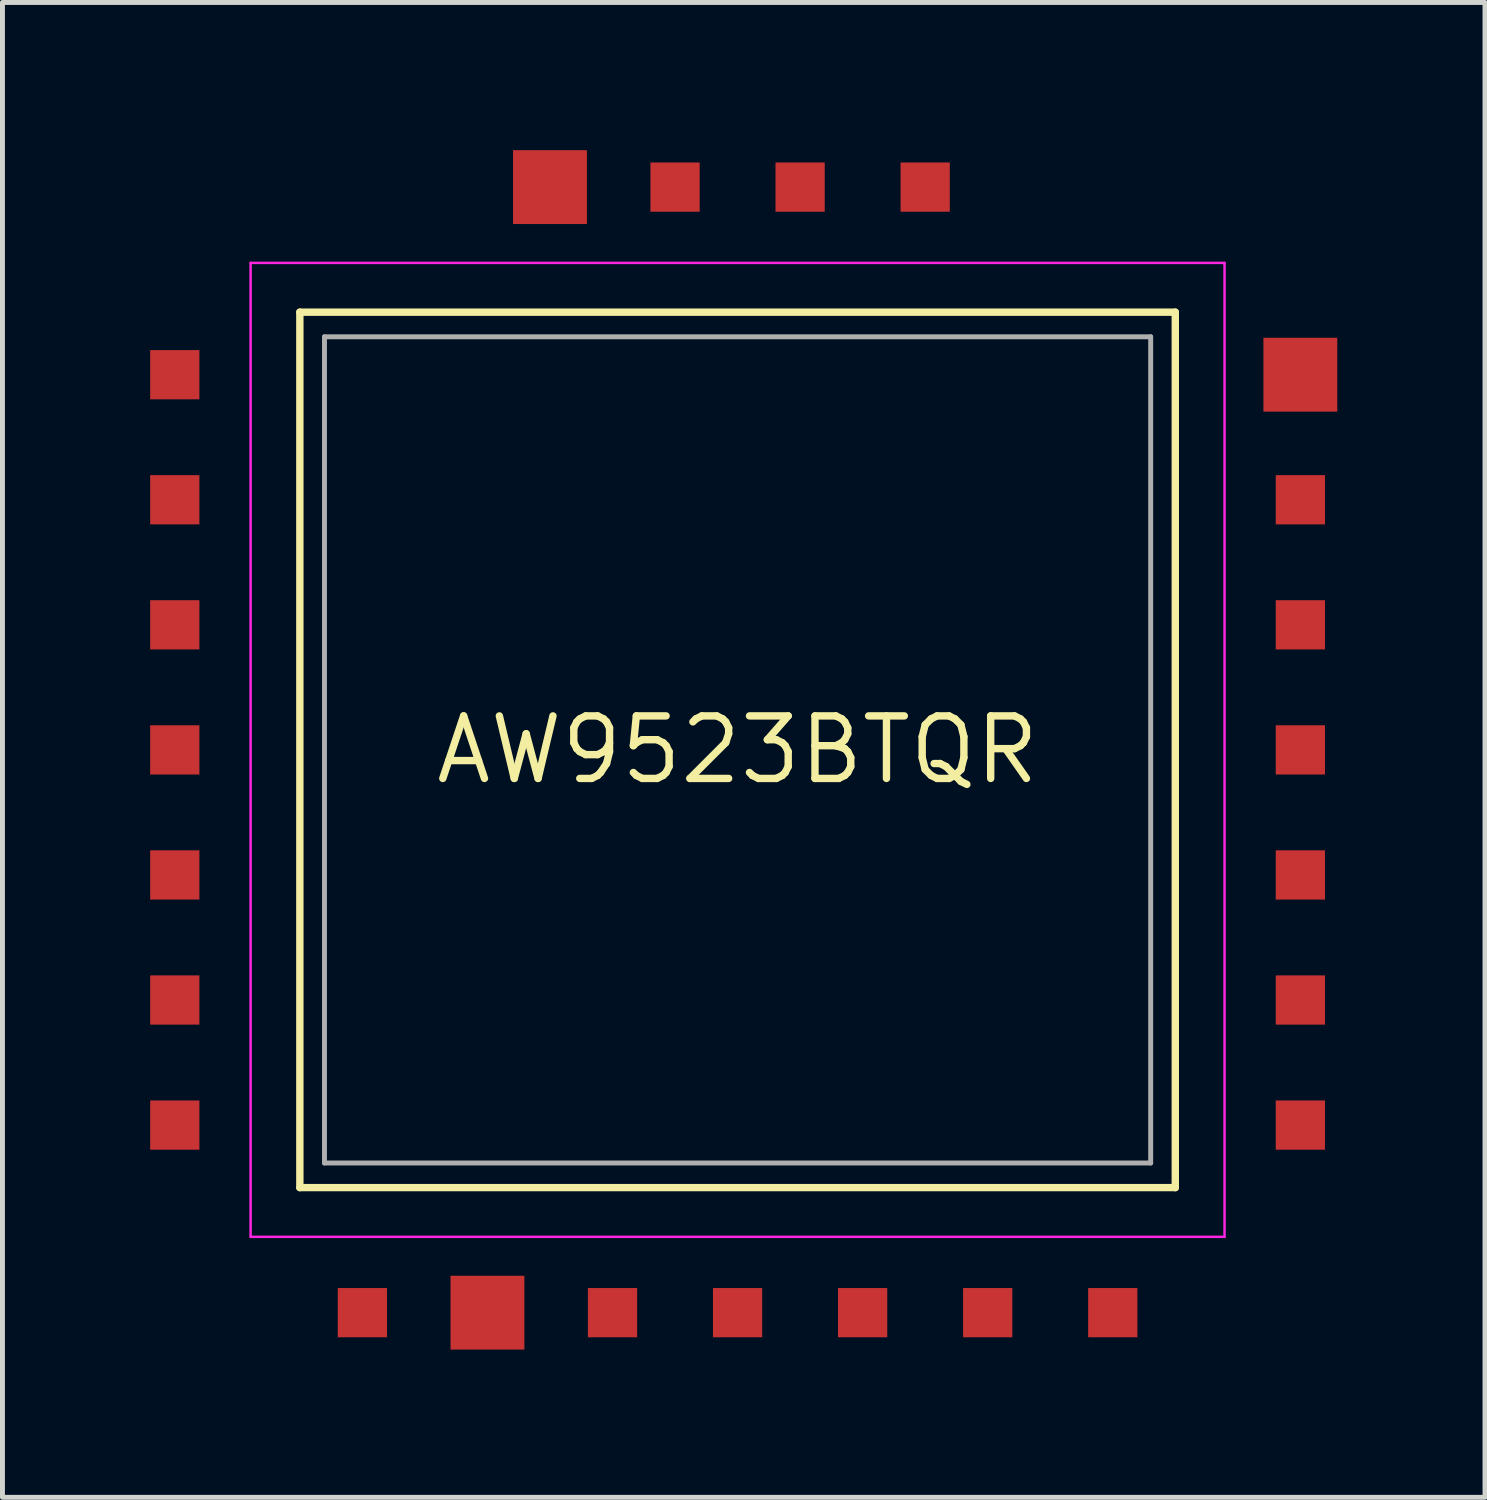
<source format=kicad_pcb>
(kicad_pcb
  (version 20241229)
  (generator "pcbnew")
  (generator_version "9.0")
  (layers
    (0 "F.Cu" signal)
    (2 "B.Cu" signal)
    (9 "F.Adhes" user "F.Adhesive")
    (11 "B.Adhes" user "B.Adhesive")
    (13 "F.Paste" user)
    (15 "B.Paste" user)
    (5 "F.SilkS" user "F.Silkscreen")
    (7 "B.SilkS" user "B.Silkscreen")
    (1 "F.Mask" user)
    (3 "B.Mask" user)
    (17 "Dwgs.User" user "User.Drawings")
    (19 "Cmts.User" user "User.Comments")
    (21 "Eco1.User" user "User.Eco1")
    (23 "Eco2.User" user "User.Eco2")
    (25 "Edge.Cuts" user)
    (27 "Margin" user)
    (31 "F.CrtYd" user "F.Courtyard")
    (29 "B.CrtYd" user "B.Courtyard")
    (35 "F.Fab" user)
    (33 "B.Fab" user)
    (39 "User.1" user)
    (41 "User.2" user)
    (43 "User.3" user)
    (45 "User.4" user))
  (footprint "AW9523BTQR"
    (layer "F.Cu")
    (at 11.93 12.18)
    (property "Reference" "AW9523BTQR" (at 0 0 0) (layer "F.SilkS") (effects (font (size 1.27 1.27) (thickness 0.15))))
    (attr smd)
    (fp_line (start -8.89 -8.89) (end 8.89 -8.89) (stroke (width 0.15) (type solid)) (layer "F.SilkS"))
    (fp_line (start -8.89 8.89) (end -8.89 -8.89) (stroke (width 0.15) (type solid)) (layer "F.SilkS"))
    (fp_line (start 8.89 -8.89) (end 8.89 8.89) (stroke (width 0.15) (type solid)) (layer "F.SilkS"))
    (fp_line (start 8.89 8.89) (end -8.89 8.89) (stroke (width 0.15) (type solid)) (layer "F.SilkS"))
    (fp_line (start -9.89 -9.89) (end 9.89 -9.89) (stroke (width 0.05) (type solid)) (layer "F.CrtYd"))
    (fp_line (start -9.89 9.89) (end -9.89 -9.89) (stroke (width 0.05) (type solid)) (layer "F.CrtYd"))
    (fp_line (start 9.89 -9.89) (end 9.89 9.89) (stroke (width 0.05) (type solid)) (layer "F.CrtYd"))
    (fp_line (start 9.89 9.89) (end -9.89 9.89) (stroke (width 0.05) (type solid)) (layer "F.CrtYd"))
    (fp_line (start -8.39 -8.39) (end 8.39 -8.39) (stroke (width 0.1) (type solid)) (layer "F.Fab"))
    (fp_line (start -8.39 8.39) (end -8.39 -8.39) (stroke (width 0.1) (type solid)) (layer "F.Fab"))
    (fp_line (start 8.39 -8.39) (end 8.39 8.39) (stroke (width 0.1) (type solid)) (layer "F.Fab"))
    (fp_line (start 8.39 8.39) (end -8.39 8.39) (stroke (width 0.1) (type solid)) (layer "F.Fab"))
    (pad "1" smd rect (at -11.43 -7.62) (size 1 1) (layers "F.Cu" "F.Mask" "F.Paste"))
    (pad "2" smd rect (at -11.43 -5.08) (size 1 1) (layers "F.Cu" "F.Mask" "F.Paste"))
    (pad "3" smd rect (at -11.43 -2.54) (size 1 1) (layers "F.Cu" "F.Mask" "F.Paste"))
    (pad "4" smd rect (at -11.43 0) (size 1 1) (layers "F.Cu" "F.Mask" "F.Paste"))
    (pad "5" smd rect (at -11.43 2.54) (size 1 1) (layers "F.Cu" "F.Mask" "F.Paste"))
    (pad "6" smd rect (at -11.43 5.08) (size 1 1) (layers "F.Cu" "F.Mask" "F.Paste"))
    (pad "7" smd rect (at -11.43 7.62) (size 1 1) (layers "F.Cu" "F.Mask" "F.Paste"))
    (pad "8" smd rect (at -7.62 11.43 270) (size 1 1) (layers "F.Cu" "F.Mask" "F.Paste"))
    (pad "9" smd rect (at -5.08 11.43 270) (size 1.5 1.5) (layers "F.Cu" "F.Mask" "F.Paste"))
    (pad "10" smd rect (at -2.54 11.43 270) (size 1 1) (layers "F.Cu" "F.Mask" "F.Paste"))
    (pad "11" smd rect (at 0 11.43 270) (size 1 1) (layers "F.Cu" "F.Mask" "F.Paste"))
    (pad "12" smd rect (at 2.54 11.43 270) (size 1 1) (layers "F.Cu" "F.Mask" "F.Paste"))
    (pad "13" smd rect (at 5.08 11.43 270) (size 1 1) (layers "F.Cu" "F.Mask" "F.Paste"))
    (pad "14" smd rect (at 7.62 11.43 270) (size 1 1) (layers "F.Cu" "F.Mask" "F.Paste"))
    (pad "15" smd rect (at 11.43 7.62 180) (size 1 1) (layers "F.Cu" "F.Mask" "F.Paste"))
    (pad "16" smd rect (at 11.43 5.08 180) (size 1 1) (layers "F.Cu" "F.Mask" "F.Paste"))
    (pad "17" smd rect (at 11.43 2.54 180) (size 1 1) (layers "F.Cu" "F.Mask" "F.Paste"))
    (pad "18" smd rect (at 11.43 0 180) (size 1 1) (layers "F.Cu" "F.Mask" "F.Paste"))
    (pad "19" smd rect (at 11.43 -2.54 180) (size 1 1) (layers "F.Cu" "F.Mask" "F.Paste"))
    (pad "20" smd rect (at 11.43 -5.08 180) (size 1 1) (layers "F.Cu" "F.Mask" "F.Paste"))
    (pad "21" smd rect (at 11.43 -7.62 180) (size 1.5 1.5) (layers "F.Cu" "F.Mask" "F.Paste"))
    (pad "22" smd rect (at 3.81 -11.43 90) (size 1 1) (layers "F.Cu" "F.Mask" "F.Paste"))
    (pad "23" smd rect (at 1.27 -11.43 90) (size 1 1) (layers "F.Cu" "F.Mask" "F.Paste"))
    (pad "24" smd rect (at -1.27 -11.43 90) (size 1 1) (layers "F.Cu" "F.Mask" "F.Paste"))
    (pad "25" smd rect (at -3.81 -11.43 90) (size 1.5 1.5) (layers "F.Cu" "F.Mask" "F.Paste")))
  (gr_rect
    (start -3 -3)
    (end 27.11 27.36)
    (stroke (width 0.1) (type default))
    (fill no)
    (layer "Edge.Cuts")))
</source>
